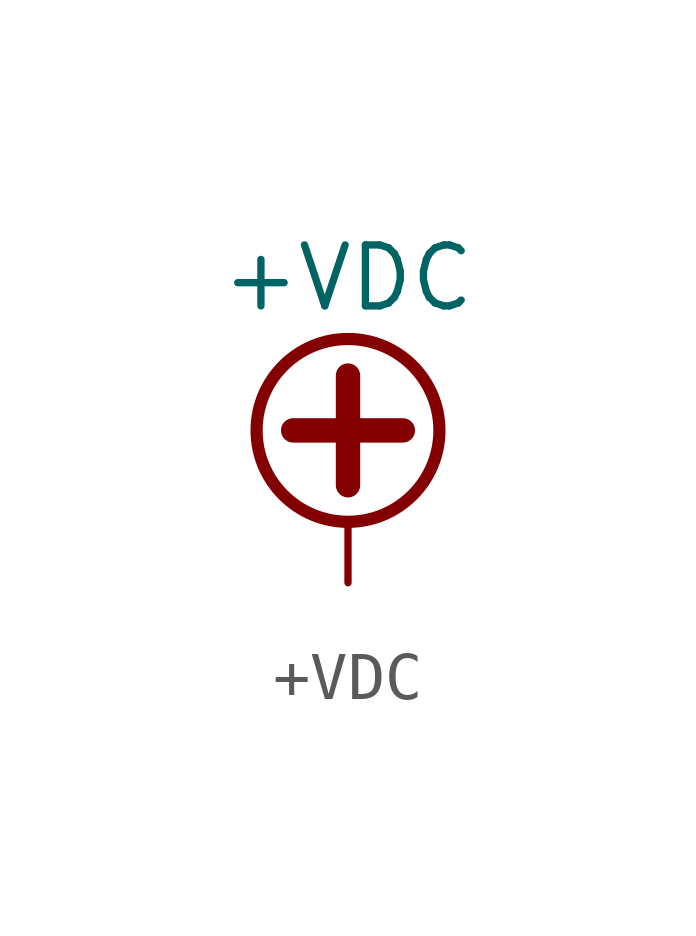
<source format=kicad_sym>
(kicad_symbol_lib
  (version 20211014)
  (generator kicad_symbol_editor)
  (symbol "+VDC"
    (power)
    (pin_names
      (offset 0))
    (property "Reference" "#PWR"
      (at 0 -2.54 0)
      (effects (font (size 1.27 1.27)) hide))
    (property "Value" "+VDC"
      (at 0 6.35 0)
      (effects (font (size 1.27 1.27))))
    (symbol "+VDC_0_1"
      (polyline (pts (xy -1.143 3.175) (xy 1.143 3.175)) (stroke (width 0.508) (type default) (color 0 0 0 0)) (fill (type none)))
      (polyline (pts (xy 0 0) (xy 0 1.27)) (stroke (width 0) (type default) (color 0 0 0 0)) (fill (type none)))
      (polyline (pts (xy 0 2.032) (xy 0 4.318)) (stroke (width 0.508) (type default) (color 0 0 0 0)) (fill (type none)))
      (circle (center 0 3.175) (radius 1.905) (stroke (width 0.254) (type default) (color 0 0 0 0)) (fill (type none))))
    (symbol "+VDC_1_1"
      (pin power_in line (at 0 0 90) (length 0) hide (name "+VDC" (effects (font (size 1.27 1.27)))) (number "1" (effects (font (size 1.27 1.27))))))))
</source>
